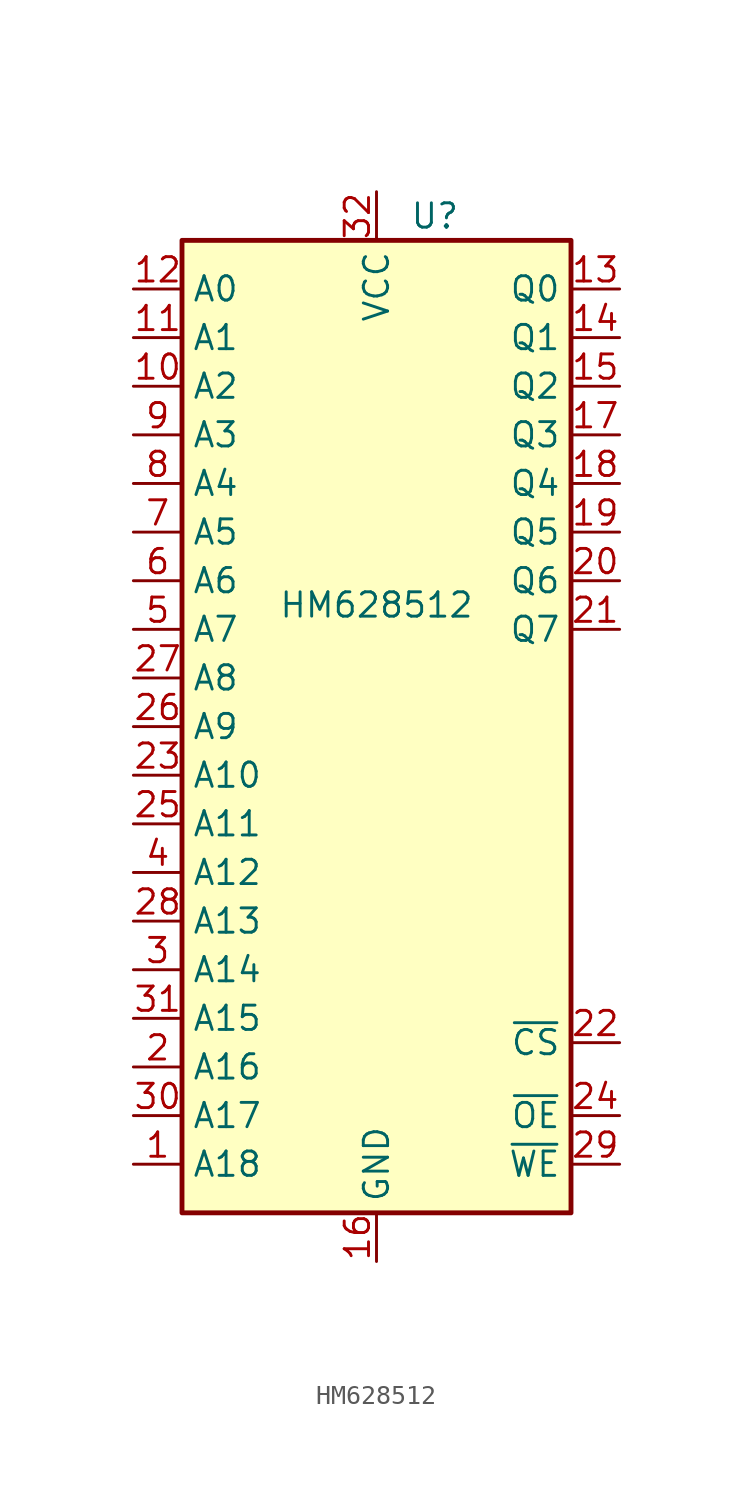
<source format=kicad_sym>
(kicad_symbol_lib
  (version 20241209)
  (generator "kicad_symbol_editor")
  (generator_version "9.0")
  (symbol "HM628512"
    (property "Reference" "U"
      (at 3.048 26.67 0)
      (effects (font (size 1.27 1.27))))
    (property "Value" "HM628512"
      (at 0 6.35 0)
      (effects (font (size 1.27 1.27))))
    (symbol "HM628512_0_1"
      (rectangle (start -10.16 25.4) (end 10.16 -25.4) (stroke (width 0.254) (type default)) (fill (type background))))
    (symbol "HM628512_1_0"
      (pin power_in line (at 0 27.94 270) (length 2.54) (name "VCC" (effects (font (size 1.27 1.27)))) (number "32" (effects (font (size 1.27 1.27)))))
      (pin power_in line (at 0 -27.94 90) (length 2.54) (name "GND" (effects (font (size 1.27 1.27)))) (number "16" (effects (font (size 1.27 1.27))))))
    (symbol "HM628512_1_1"
      (pin input line (at -12.7 22.86 0) (length 2.54) (name "A0" (effects (font (size 1.27 1.27)))) (number "12" (effects (font (size 1.27 1.27)))))
      (pin input line (at -12.7 20.32 0) (length 2.54) (name "A1" (effects (font (size 1.27 1.27)))) (number "11" (effects (font (size 1.27 1.27)))))
      (pin input line (at -12.7 17.78 0) (length 2.54) (name "A2" (effects (font (size 1.27 1.27)))) (number "10" (effects (font (size 1.27 1.27)))))
      (pin input line (at -12.7 15.24 0) (length 2.54) (name "A3" (effects (font (size 1.27 1.27)))) (number "9" (effects (font (size 1.27 1.27)))))
      (pin input line (at -12.7 12.7 0) (length 2.54) (name "A4" (effects (font (size 1.27 1.27)))) (number "8" (effects (font (size 1.27 1.27)))))
      (pin input line (at -12.7 10.16 0) (length 2.54) (name "A5" (effects (font (size 1.27 1.27)))) (number "7" (effects (font (size 1.27 1.27)))))
      (pin input line (at -12.7 7.62 0) (length 2.54) (name "A6" (effects (font (size 1.27 1.27)))) (number "6" (effects (font (size 1.27 1.27)))))
      (pin input line (at -12.7 5.08 0) (length 2.54) (name "A7" (effects (font (size 1.27 1.27)))) (number "5" (effects (font (size 1.27 1.27)))))
      (pin input line (at -12.7 2.54 0) (length 2.54) (name "A8" (effects (font (size 1.27 1.27)))) (number "27" (effects (font (size 1.27 1.27)))))
      (pin input line (at -12.7 0 0) (length 2.54) (name "A9" (effects (font (size 1.27 1.27)))) (number "26" (effects (font (size 1.27 1.27)))))
      (pin input line (at -12.7 -2.54 0) (length 2.54) (name "A10" (effects (font (size 1.27 1.27)))) (number "23" (effects (font (size 1.27 1.27)))))
      (pin input line (at -12.7 -5.08 0) (length 2.54) (name "A11" (effects (font (size 1.27 1.27)))) (number "25" (effects (font (size 1.27 1.27)))))
      (pin input line (at -12.7 -7.62 0) (length 2.54) (name "A12" (effects (font (size 1.27 1.27)))) (number "4" (effects (font (size 1.27 1.27)))))
      (pin input line (at -12.7 -10.16 0) (length 2.54) (name "A13" (effects (font (size 1.27 1.27)))) (number "28" (effects (font (size 1.27 1.27)))))
      (pin input line (at -12.7 -12.7 0) (length 2.54) (name "A14" (effects (font (size 1.27 1.27)))) (number "3" (effects (font (size 1.27 1.27)))))
      (pin input line (at -12.7 -15.24 0) (length 2.54) (name "A15" (effects (font (size 1.27 1.27)))) (number "31" (effects (font (size 1.27 1.27)))))
      (pin input line (at -12.7 -17.78 0) (length 2.54) (name "A16" (effects (font (size 1.27 1.27)))) (number "2" (effects (font (size 1.27 1.27)))))
      (pin input line (at -12.7 -20.32 0) (length 2.54) (name "A17" (effects (font (size 1.27 1.27)))) (number "30" (effects (font (size 1.27 1.27)))))
      (pin input line (at -12.7 -22.86 0) (length 2.54) (name "A18" (effects (font (size 1.27 1.27)))) (number "1" (effects (font (size 1.27 1.27)))))
      (pin tri_state line (at 12.7 22.86 180) (length 2.54) (name "Q0" (effects (font (size 1.27 1.27)))) (number "13" (effects (font (size 1.27 1.27)))))
      (pin tri_state line (at 12.7 20.32 180) (length 2.54) (name "Q1" (effects (font (size 1.27 1.27)))) (number "14" (effects (font (size 1.27 1.27)))))
      (pin tri_state line (at 12.7 17.78 180) (length 2.54) (name "Q2" (effects (font (size 1.27 1.27)))) (number "15" (effects (font (size 1.27 1.27)))))
      (pin tri_state line (at 12.7 15.24 180) (length 2.54) (name "Q3" (effects (font (size 1.27 1.27)))) (number "17" (effects (font (size 1.27 1.27)))))
      (pin tri_state line (at 12.7 12.7 180) (length 2.54) (name "Q4" (effects (font (size 1.27 1.27)))) (number "18" (effects (font (size 1.27 1.27)))))
      (pin tri_state line (at 12.7 10.16 180) (length 2.54) (name "Q5" (effects (font (size 1.27 1.27)))) (number "19" (effects (font (size 1.27 1.27)))))
      (pin tri_state line (at 12.7 7.62 180) (length 2.54) (name "Q6" (effects (font (size 1.27 1.27)))) (number "20" (effects (font (size 1.27 1.27)))))
      (pin tri_state line (at 12.7 5.08 180) (length 2.54) (name "Q7" (effects (font (size 1.27 1.27)))) (number "21" (effects (font (size 1.27 1.27)))))
      (pin input line (at 12.7 -16.51 180) (length 2.54) (name "~{CS}" (effects (font (size 1.27 1.27)))) (number "22" (effects (font (size 1.27 1.27)))))
      (pin input line (at 12.7 -20.32 180) (length 2.54) (name "~{OE}" (effects (font (size 1.27 1.27)))) (number "24" (effects (font (size 1.27 1.27)))))
      (pin input line (at 12.7 -22.86 180) (length 2.54) (name "~{WE}" (effects (font (size 1.27 1.27)))) (number "29" (effects (font (size 1.27 1.27))))))))
</source>
